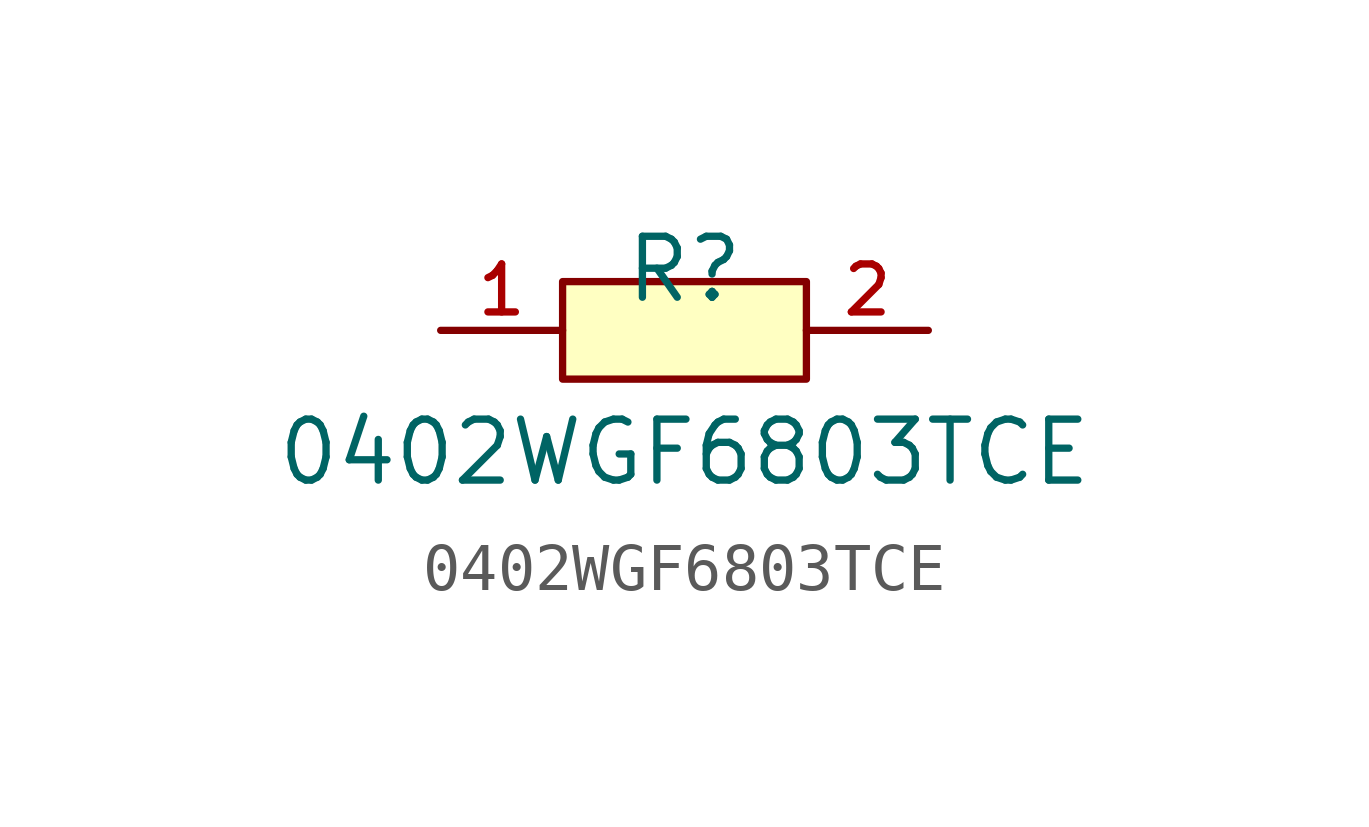
<source format=kicad_sym>
(kicad_symbol_lib
  (version 20220914)
  (generator kicad_symbol_editor)
  (symbol "0402WGF6803TCE"
    (pin_names hide)
    (property "Reference" "R"
      (at 0 1.27 0)
      (effects (font (size 1.27 1.27))))
    (property "Value" "0402WGF6803TCE"
      (at 0 -2.54 0)
      (effects (font (size 1.27 1.27))))
    (symbol "0402WGF6803TCE_0_1"
      (rectangle (start -2.54 1.016) (end 2.54 -1.016) (stroke (width 0) (type default)) (fill (type background))))
    (symbol "0402WGF6803TCE_1_1"
      (pin passive line (at -5.08 0 0) (length 2.54) (name "1" (effects (font (size 1 1)))) (number "1" (effects (font (size 1 1)))))
      (pin passive line (at 5.08 0 180) (length 2.54) (name "2" (effects (font (size 1 1)))) (number "2" (effects (font (size 1 1))))))))
</source>
